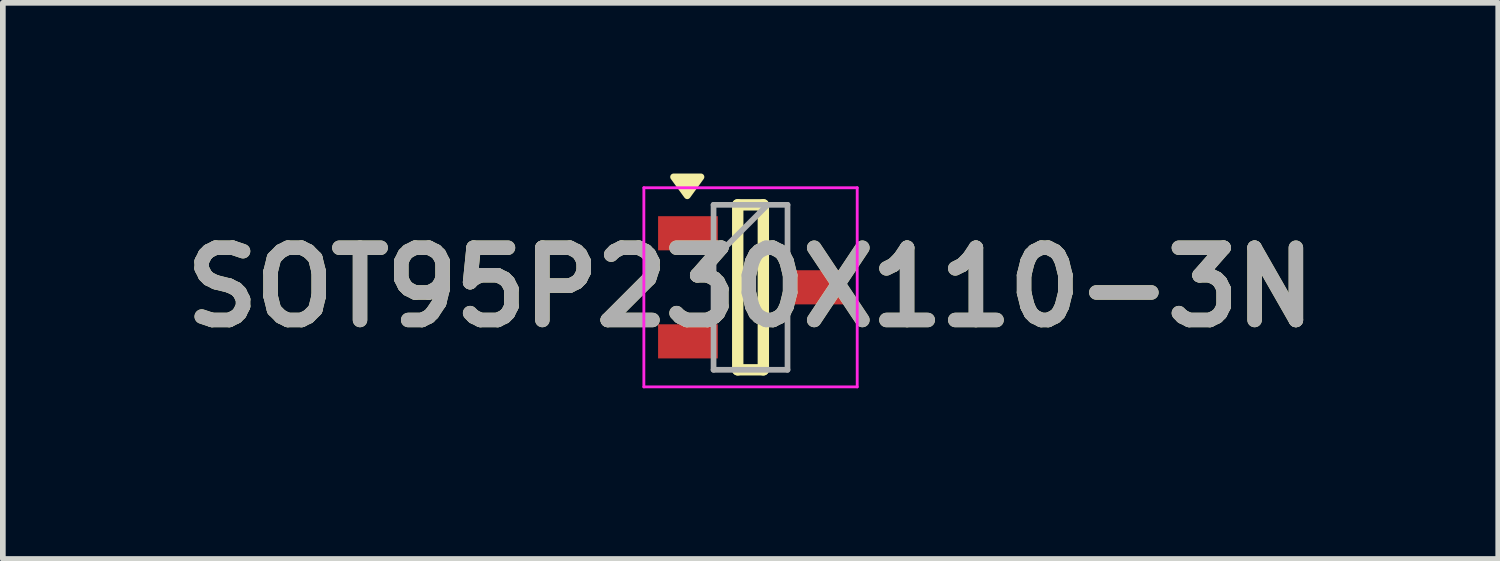
<source format=kicad_pcb>
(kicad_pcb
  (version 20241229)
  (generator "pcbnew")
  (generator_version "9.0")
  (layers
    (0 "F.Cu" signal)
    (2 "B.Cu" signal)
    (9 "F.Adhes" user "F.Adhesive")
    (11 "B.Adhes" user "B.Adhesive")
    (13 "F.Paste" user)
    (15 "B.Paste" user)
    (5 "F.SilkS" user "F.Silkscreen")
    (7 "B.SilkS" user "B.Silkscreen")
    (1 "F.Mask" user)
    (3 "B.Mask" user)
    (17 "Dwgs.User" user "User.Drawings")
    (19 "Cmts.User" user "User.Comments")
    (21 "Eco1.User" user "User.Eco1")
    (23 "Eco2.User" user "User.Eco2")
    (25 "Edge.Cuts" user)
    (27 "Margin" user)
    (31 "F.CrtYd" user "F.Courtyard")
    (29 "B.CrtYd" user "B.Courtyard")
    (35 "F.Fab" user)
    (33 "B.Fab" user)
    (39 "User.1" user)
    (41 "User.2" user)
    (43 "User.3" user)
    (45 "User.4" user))
  (footprint "SOT95P230X110-3N"
    (layer "F.Cu")
    (at 10.142 2)
    (property "Reference" "SOT95P230X110-3N" (at 0 0 0) (layer "F.SilkS") (effects (font (size 1.27 1.27) (thickness 0.254))))
    (attr smd)
    (fp_line (start -0.225 -1.45) (end 0.225 -1.45) (stroke (width 0.2) (type solid)) (layer "F.SilkS"))
    (fp_line (start -0.225 1.45) (end -0.225 -1.45) (stroke (width 0.2) (type solid)) (layer "F.SilkS"))
    (fp_line (start 0.225 -1.45) (end 0.225 1.45) (stroke (width 0.2) (type solid)) (layer "F.SilkS"))
    (fp_line (start 0.225 1.45) (end -0.225 1.45) (stroke (width 0.2) (type solid)) (layer "F.SilkS"))
    (fp_poly (pts (xy -1.112 -1.61) (xy -1.352 -1.94) (xy -0.872 -1.94) (xy -1.112 -1.61)) (stroke (width 0.12) (type solid)) (fill yes) (layer "F.SilkS"))
    (fp_line (start -1.875 -1.75) (end 1.875 -1.75) (stroke (width 0.05) (type solid)) (layer "F.CrtYd"))
    (fp_line (start -1.875 1.75) (end -1.875 -1.75) (stroke (width 0.05) (type solid)) (layer "F.CrtYd"))
    (fp_line (start 1.875 -1.75) (end 1.875 1.75) (stroke (width 0.05) (type solid)) (layer "F.CrtYd"))
    (fp_line (start 1.875 1.75) (end -1.875 1.75) (stroke (width 0.05) (type solid)) (layer "F.CrtYd"))
    (fp_line (start -0.65 -1.45) (end 0.65 -1.45) (stroke (width 0.1) (type solid)) (layer "F.Fab"))
    (fp_line (start -0.65 -0.5) (end 0.3 -1.45) (stroke (width 0.1) (type solid)) (layer "F.Fab"))
    (fp_line (start -0.65 1.45) (end -0.65 -1.45) (stroke (width 0.1) (type solid)) (layer "F.Fab"))
    (fp_line (start 0.65 -1.45) (end 0.65 1.45) (stroke (width 0.1) (type solid)) (layer "F.Fab"))
    (fp_line (start 0.65 1.45) (end -0.65 1.45) (stroke (width 0.1) (type solid)) (layer "F.Fab"))
    (fp_text user "${REFERENCE}" (at 0 0 0) (layer "F.Fab") (effects (font (size 1.27 1.27) (thickness 0.254))))
    (pad "1" smd rect (at -1.1 -0.95 90) (size 0.6 1.05) (layers "F.Cu" "F.Mask" "F.Paste"))
    (pad "2" smd rect (at -1.1 0.95 90) (size 0.6 1.05) (layers "F.Cu" "F.Mask" "F.Paste"))
    (pad "3" smd rect (at 1.1 0 90) (size 0.6 1.05) (layers "F.Cu" "F.Mask" "F.Paste")))
  (gr_rect
    (start -3 -3)
    (end 23.284 6.775)
    (stroke (width 0.1) (type default))
    (fill no)
    (layer "Edge.Cuts")))
</source>
